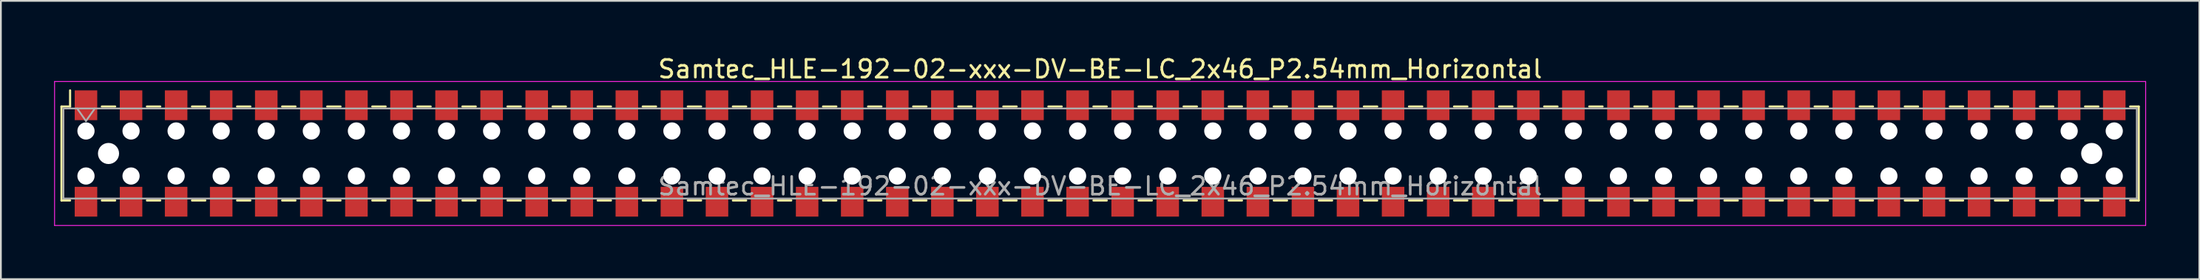
<source format=kicad_pcb>
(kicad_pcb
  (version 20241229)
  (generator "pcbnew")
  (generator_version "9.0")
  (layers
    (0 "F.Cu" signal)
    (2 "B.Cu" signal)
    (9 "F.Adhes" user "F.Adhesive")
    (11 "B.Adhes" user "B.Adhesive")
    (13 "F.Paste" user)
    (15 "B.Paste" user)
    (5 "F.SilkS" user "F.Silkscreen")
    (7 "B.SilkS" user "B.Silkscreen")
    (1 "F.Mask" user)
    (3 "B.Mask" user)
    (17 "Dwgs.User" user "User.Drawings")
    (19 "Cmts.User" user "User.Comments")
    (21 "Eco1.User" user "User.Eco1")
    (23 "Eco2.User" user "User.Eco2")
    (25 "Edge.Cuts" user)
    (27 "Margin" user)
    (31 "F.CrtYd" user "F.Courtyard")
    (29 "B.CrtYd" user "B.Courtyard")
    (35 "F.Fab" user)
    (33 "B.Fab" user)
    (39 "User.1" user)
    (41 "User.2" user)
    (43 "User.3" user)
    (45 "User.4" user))
  (footprint "Samtec_HLE-192-02-xxx-DV-BE-LC_2x46_P2.54mm_Horizontal"
    (layer "F.Cu")
    (at 58.945 5.608)
    (property "Reference" "Samtec_HLE-192-02-xxx-DV-BE-LC_2x46_P2.54mm_Horizontal" (at 0 -4.76 0) (layer "F.SilkS") (effects (font (size 1 1) (thickness 0.15))))
    (attr smd)
    (fp_line (start -58.53 -2.65) (end -58.53 2.65) (stroke (width 0.12) (type solid)) (layer "F.SilkS"))
    (fp_line (start -58.53 2.65) (end -58.045 2.65) (stroke (width 0.12) (type solid)) (layer "F.SilkS"))
    (fp_line (start -58.045 -3.56) (end -58.045 -2.65) (stroke (width 0.12) (type solid)) (layer "F.SilkS"))
    (fp_line (start -58.045 -2.65) (end -58.53 -2.65) (stroke (width 0.12) (type solid)) (layer "F.SilkS"))
    (fp_line (start -56.255 -2.65) (end -55.505 -2.65) (stroke (width 0.12) (type solid)) (layer "F.SilkS"))
    (fp_line (start -56.255 2.65) (end -55.505 2.65) (stroke (width 0.12) (type solid)) (layer "F.SilkS"))
    (fp_line (start -53.715 -2.65) (end -52.965 -2.65) (stroke (width 0.12) (type solid)) (layer "F.SilkS"))
    (fp_line (start -53.715 2.65) (end -52.965 2.65) (stroke (width 0.12) (type solid)) (layer "F.SilkS"))
    (fp_line (start -51.175 -2.65) (end -50.425 -2.65) (stroke (width 0.12) (type solid)) (layer "F.SilkS"))
    (fp_line (start -51.175 2.65) (end -50.425 2.65) (stroke (width 0.12) (type solid)) (layer "F.SilkS"))
    (fp_line (start -48.635 -2.65) (end -47.885 -2.65) (stroke (width 0.12) (type solid)) (layer "F.SilkS"))
    (fp_line (start -48.635 2.65) (end -47.885 2.65) (stroke (width 0.12) (type solid)) (layer "F.SilkS"))
    (fp_line (start -46.095 -2.65) (end -45.345 -2.65) (stroke (width 0.12) (type solid)) (layer "F.SilkS"))
    (fp_line (start -46.095 2.65) (end -45.345 2.65) (stroke (width 0.12) (type solid)) (layer "F.SilkS"))
    (fp_line (start -43.555 -2.65) (end -42.805 -2.65) (stroke (width 0.12) (type solid)) (layer "F.SilkS"))
    (fp_line (start -43.555 2.65) (end -42.805 2.65) (stroke (width 0.12) (type solid)) (layer "F.SilkS"))
    (fp_line (start -41.015 -2.65) (end -40.265 -2.65) (stroke (width 0.12) (type solid)) (layer "F.SilkS"))
    (fp_line (start -41.015 2.65) (end -40.265 2.65) (stroke (width 0.12) (type solid)) (layer "F.SilkS"))
    (fp_line (start -38.475 -2.65) (end -37.725 -2.65) (stroke (width 0.12) (type solid)) (layer "F.SilkS"))
    (fp_line (start -38.475 2.65) (end -37.725 2.65) (stroke (width 0.12) (type solid)) (layer "F.SilkS"))
    (fp_line (start -35.935 -2.65) (end -35.185 -2.65) (stroke (width 0.12) (type solid)) (layer "F.SilkS"))
    (fp_line (start -35.935 2.65) (end -35.185 2.65) (stroke (width 0.12) (type solid)) (layer "F.SilkS"))
    (fp_line (start -33.395 -2.65) (end -32.645 -2.65) (stroke (width 0.12) (type solid)) (layer "F.SilkS"))
    (fp_line (start -33.395 2.65) (end -32.645 2.65) (stroke (width 0.12) (type solid)) (layer "F.SilkS"))
    (fp_line (start -30.855 -2.65) (end -30.105 -2.65) (stroke (width 0.12) (type solid)) (layer "F.SilkS"))
    (fp_line (start -30.855 2.65) (end -30.105 2.65) (stroke (width 0.12) (type solid)) (layer "F.SilkS"))
    (fp_line (start -28.315 -2.65) (end -27.565 -2.65) (stroke (width 0.12) (type solid)) (layer "F.SilkS"))
    (fp_line (start -28.315 2.65) (end -27.565 2.65) (stroke (width 0.12) (type solid)) (layer "F.SilkS"))
    (fp_line (start -25.775 -2.65) (end -25.025 -2.65) (stroke (width 0.12) (type solid)) (layer "F.SilkS"))
    (fp_line (start -25.775 2.65) (end -25.025 2.65) (stroke (width 0.12) (type solid)) (layer "F.SilkS"))
    (fp_line (start -23.235 -2.65) (end -22.485 -2.65) (stroke (width 0.12) (type solid)) (layer "F.SilkS"))
    (fp_line (start -23.235 2.65) (end -22.485 2.65) (stroke (width 0.12) (type solid)) (layer "F.SilkS"))
    (fp_line (start -20.695 -2.65) (end -19.945 -2.65) (stroke (width 0.12) (type solid)) (layer "F.SilkS"))
    (fp_line (start -20.695 2.65) (end -19.945 2.65) (stroke (width 0.12) (type solid)) (layer "F.SilkS"))
    (fp_line (start -18.155 -2.65) (end -17.405 -2.65) (stroke (width 0.12) (type solid)) (layer "F.SilkS"))
    (fp_line (start -18.155 2.65) (end -17.405 2.65) (stroke (width 0.12) (type solid)) (layer "F.SilkS"))
    (fp_line (start -15.615 -2.65) (end -14.865 -2.65) (stroke (width 0.12) (type solid)) (layer "F.SilkS"))
    (fp_line (start -15.615 2.65) (end -14.865 2.65) (stroke (width 0.12) (type solid)) (layer "F.SilkS"))
    (fp_line (start -13.075 -2.65) (end -12.325 -2.65) (stroke (width 0.12) (type solid)) (layer "F.SilkS"))
    (fp_line (start -13.075 2.65) (end -12.325 2.65) (stroke (width 0.12) (type solid)) (layer "F.SilkS"))
    (fp_line (start -10.535 -2.65) (end -9.785 -2.65) (stroke (width 0.12) (type solid)) (layer "F.SilkS"))
    (fp_line (start -10.535 2.65) (end -9.785 2.65) (stroke (width 0.12) (type solid)) (layer "F.SilkS"))
    (fp_line (start -7.995 -2.65) (end -7.245 -2.65) (stroke (width 0.12) (type solid)) (layer "F.SilkS"))
    (fp_line (start -7.995 2.65) (end -7.245 2.65) (stroke (width 0.12) (type solid)) (layer "F.SilkS"))
    (fp_line (start -5.455 -2.65) (end -4.705 -2.65) (stroke (width 0.12) (type solid)) (layer "F.SilkS"))
    (fp_line (start -5.455 2.65) (end -4.705 2.65) (stroke (width 0.12) (type solid)) (layer "F.SilkS"))
    (fp_line (start -2.915 -2.65) (end -2.165 -2.65) (stroke (width 0.12) (type solid)) (layer "F.SilkS"))
    (fp_line (start -2.915 2.65) (end -2.165 2.65) (stroke (width 0.12) (type solid)) (layer "F.SilkS"))
    (fp_line (start -0.375 -2.65) (end 0.375 -2.65) (stroke (width 0.12) (type solid)) (layer "F.SilkS"))
    (fp_line (start -0.375 2.65) (end 0.375 2.65) (stroke (width 0.12) (type solid)) (layer "F.SilkS"))
    (fp_line (start 2.165 -2.65) (end 2.915 -2.65) (stroke (width 0.12) (type solid)) (layer "F.SilkS"))
    (fp_line (start 2.165 2.65) (end 2.915 2.65) (stroke (width 0.12) (type solid)) (layer "F.SilkS"))
    (fp_line (start 4.705 -2.65) (end 5.455 -2.65) (stroke (width 0.12) (type solid)) (layer "F.SilkS"))
    (fp_line (start 4.705 2.65) (end 5.455 2.65) (stroke (width 0.12) (type solid)) (layer "F.SilkS"))
    (fp_line (start 7.245 -2.65) (end 7.995 -2.65) (stroke (width 0.12) (type solid)) (layer "F.SilkS"))
    (fp_line (start 7.245 2.65) (end 7.995 2.65) (stroke (width 0.12) (type solid)) (layer "F.SilkS"))
    (fp_line (start 9.785 -2.65) (end 10.535 -2.65) (stroke (width 0.12) (type solid)) (layer "F.SilkS"))
    (fp_line (start 9.785 2.65) (end 10.535 2.65) (stroke (width 0.12) (type solid)) (layer "F.SilkS"))
    (fp_line (start 12.325 -2.65) (end 13.075 -2.65) (stroke (width 0.12) (type solid)) (layer "F.SilkS"))
    (fp_line (start 12.325 2.65) (end 13.075 2.65) (stroke (width 0.12) (type solid)) (layer "F.SilkS"))
    (fp_line (start 14.865 -2.65) (end 15.615 -2.65) (stroke (width 0.12) (type solid)) (layer "F.SilkS"))
    (fp_line (start 14.865 2.65) (end 15.615 2.65) (stroke (width 0.12) (type solid)) (layer "F.SilkS"))
    (fp_line (start 17.405 -2.65) (end 18.155 -2.65) (stroke (width 0.12) (type solid)) (layer "F.SilkS"))
    (fp_line (start 17.405 2.65) (end 18.155 2.65) (stroke (width 0.12) (type solid)) (layer "F.SilkS"))
    (fp_line (start 19.945 -2.65) (end 20.695 -2.65) (stroke (width 0.12) (type solid)) (layer "F.SilkS"))
    (fp_line (start 19.945 2.65) (end 20.695 2.65) (stroke (width 0.12) (type solid)) (layer "F.SilkS"))
    (fp_line (start 22.485 -2.65) (end 23.235 -2.65) (stroke (width 0.12) (type solid)) (layer "F.SilkS"))
    (fp_line (start 22.485 2.65) (end 23.235 2.65) (stroke (width 0.12) (type solid)) (layer "F.SilkS"))
    (fp_line (start 25.025 -2.65) (end 25.775 -2.65) (stroke (width 0.12) (type solid)) (layer "F.SilkS"))
    (fp_line (start 25.025 2.65) (end 25.775 2.65) (stroke (width 0.12) (type solid)) (layer "F.SilkS"))
    (fp_line (start 27.565 -2.65) (end 28.315 -2.65) (stroke (width 0.12) (type solid)) (layer "F.SilkS"))
    (fp_line (start 27.565 2.65) (end 28.315 2.65) (stroke (width 0.12) (type solid)) (layer "F.SilkS"))
    (fp_line (start 30.105 -2.65) (end 30.855 -2.65) (stroke (width 0.12) (type solid)) (layer "F.SilkS"))
    (fp_line (start 30.105 2.65) (end 30.855 2.65) (stroke (width 0.12) (type solid)) (layer "F.SilkS"))
    (fp_line (start 32.645 -2.65) (end 33.395 -2.65) (stroke (width 0.12) (type solid)) (layer "F.SilkS"))
    (fp_line (start 32.645 2.65) (end 33.395 2.65) (stroke (width 0.12) (type solid)) (layer "F.SilkS"))
    (fp_line (start 35.185 -2.65) (end 35.935 -2.65) (stroke (width 0.12) (type solid)) (layer "F.SilkS"))
    (fp_line (start 35.185 2.65) (end 35.935 2.65) (stroke (width 0.12) (type solid)) (layer "F.SilkS"))
    (fp_line (start 37.725 -2.65) (end 38.475 -2.65) (stroke (width 0.12) (type solid)) (layer "F.SilkS"))
    (fp_line (start 37.725 2.65) (end 38.475 2.65) (stroke (width 0.12) (type solid)) (layer "F.SilkS"))
    (fp_line (start 40.265 -2.65) (end 41.015 -2.65) (stroke (width 0.12) (type solid)) (layer "F.SilkS"))
    (fp_line (start 40.265 2.65) (end 41.015 2.65) (stroke (width 0.12) (type solid)) (layer "F.SilkS"))
    (fp_line (start 42.805 -2.65) (end 43.555 -2.65) (stroke (width 0.12) (type solid)) (layer "F.SilkS"))
    (fp_line (start 42.805 2.65) (end 43.555 2.65) (stroke (width 0.12) (type solid)) (layer "F.SilkS"))
    (fp_line (start 45.345 -2.65) (end 46.095 -2.65) (stroke (width 0.12) (type solid)) (layer "F.SilkS"))
    (fp_line (start 45.345 2.65) (end 46.095 2.65) (stroke (width 0.12) (type solid)) (layer "F.SilkS"))
    (fp_line (start 47.885 -2.65) (end 48.635 -2.65) (stroke (width 0.12) (type solid)) (layer "F.SilkS"))
    (fp_line (start 47.885 2.65) (end 48.635 2.65) (stroke (width 0.12) (type solid)) (layer "F.SilkS"))
    (fp_line (start 50.425 -2.65) (end 51.175 -2.65) (stroke (width 0.12) (type solid)) (layer "F.SilkS"))
    (fp_line (start 50.425 2.65) (end 51.175 2.65) (stroke (width 0.12) (type solid)) (layer "F.SilkS"))
    (fp_line (start 52.965 -2.65) (end 53.715 -2.65) (stroke (width 0.12) (type solid)) (layer "F.SilkS"))
    (fp_line (start 52.965 2.65) (end 53.715 2.65) (stroke (width 0.12) (type solid)) (layer "F.SilkS"))
    (fp_line (start 55.505 -2.65) (end 56.255 -2.65) (stroke (width 0.12) (type solid)) (layer "F.SilkS"))
    (fp_line (start 55.505 2.65) (end 56.255 2.65) (stroke (width 0.12) (type solid)) (layer "F.SilkS"))
    (fp_line (start 58.045 -2.65) (end 58.53 -2.65) (stroke (width 0.12) (type solid)) (layer "F.SilkS"))
    (fp_line (start 58.53 -2.65) (end 58.53 2.65) (stroke (width 0.12) (type solid)) (layer "F.SilkS"))
    (fp_line (start 58.53 2.65) (end 58.045 2.65) (stroke (width 0.12) (type solid)) (layer "F.SilkS"))
    (fp_line (start -58.92 -4.06) (end 58.92 -4.06) (stroke (width 0.05) (type solid)) (layer "F.CrtYd"))
    (fp_line (start -58.92 4.06) (end -58.92 -4.06) (stroke (width 0.05) (type solid)) (layer "F.CrtYd"))
    (fp_line (start 58.92 -4.06) (end 58.92 4.06) (stroke (width 0.05) (type solid)) (layer "F.CrtYd"))
    (fp_line (start 58.92 4.06) (end -58.92 4.06) (stroke (width 0.05) (type solid)) (layer "F.CrtYd"))
    (fp_line (start -58.42 -2.54) (end 58.42 -2.54) (stroke (width 0.1) (type solid)) (layer "F.Fab"))
    (fp_line (start -58.42 2.54) (end -58.42 -2.54) (stroke (width 0.1) (type solid)) (layer "F.Fab"))
    (fp_line (start -57.65 -2.54) (end -57.15 -1.833) (stroke (width 0.1) (type solid)) (layer "F.Fab"))
    (fp_line (start -57.15 -1.833) (end -56.65 -2.54) (stroke (width 0.1) (type solid)) (layer "F.Fab"))
    (fp_line (start 58.42 -2.54) (end 58.42 2.54) (stroke (width 0.1) (type solid)) (layer "F.Fab"))
    (fp_line (start 58.42 2.54) (end -58.42 2.54) (stroke (width 0.1) (type solid)) (layer "F.Fab"))
    (fp_text user "${REFERENCE}" (at 0 1.84 0) (layer "F.Fab") (effects (font (size 1 1) (thickness 0.15))))
    (pad "" np_thru_hole circle (at -57.15 -1.27) (size 0.97 0.97) (drill 0.97) (layers "*.Cu" "*.Mask"))
    (pad "" np_thru_hole circle (at -57.15 1.27) (size 0.97 0.97) (drill 0.97) (layers "*.Cu" "*.Mask"))
    (pad "" np_thru_hole circle (at -55.88 0) (size 1.19 1.19) (drill 1.19) (layers "*.Cu" "*.Mask"))
    (pad "" np_thru_hole circle (at -54.61 -1.27) (size 0.97 0.97) (drill 0.97) (layers "*.Cu" "*.Mask"))
    (pad "" np_thru_hole circle (at -54.61 1.27) (size 0.97 0.97) (drill 0.97) (layers "*.Cu" "*.Mask"))
    (pad "" np_thru_hole circle (at -52.07 -1.27) (size 0.97 0.97) (drill 0.97) (layers "*.Cu" "*.Mask"))
    (pad "" np_thru_hole circle (at -52.07 1.27) (size 0.97 0.97) (drill 0.97) (layers "*.Cu" "*.Mask"))
    (pad "" np_thru_hole circle (at -49.53 -1.27) (size 0.97 0.97) (drill 0.97) (layers "*.Cu" "*.Mask"))
    (pad "" np_thru_hole circle (at -49.53 1.27) (size 0.97 0.97) (drill 0.97) (layers "*.Cu" "*.Mask"))
    (pad "" np_thru_hole circle (at -46.99 -1.27) (size 0.97 0.97) (drill 0.97) (layers "*.Cu" "*.Mask"))
    (pad "" np_thru_hole circle (at -46.99 1.27) (size 0.97 0.97) (drill 0.97) (layers "*.Cu" "*.Mask"))
    (pad "" np_thru_hole circle (at -44.45 -1.27) (size 0.97 0.97) (drill 0.97) (layers "*.Cu" "*.Mask"))
    (pad "" np_thru_hole circle (at -44.45 1.27) (size 0.97 0.97) (drill 0.97) (layers "*.Cu" "*.Mask"))
    (pad "" np_thru_hole circle (at -41.91 -1.27) (size 0.97 0.97) (drill 0.97) (layers "*.Cu" "*.Mask"))
    (pad "" np_thru_hole circle (at -41.91 1.27) (size 0.97 0.97) (drill 0.97) (layers "*.Cu" "*.Mask"))
    (pad "" np_thru_hole circle (at -39.37 -1.27) (size 0.97 0.97) (drill 0.97) (layers "*.Cu" "*.Mask"))
    (pad "" np_thru_hole circle (at -39.37 1.27) (size 0.97 0.97) (drill 0.97) (layers "*.Cu" "*.Mask"))
    (pad "" np_thru_hole circle (at -36.83 -1.27) (size 0.97 0.97) (drill 0.97) (layers "*.Cu" "*.Mask"))
    (pad "" np_thru_hole circle (at -36.83 1.27) (size 0.97 0.97) (drill 0.97) (layers "*.Cu" "*.Mask"))
    (pad "" np_thru_hole circle (at -34.29 -1.27) (size 0.97 0.97) (drill 0.97) (layers "*.Cu" "*.Mask"))
    (pad "" np_thru_hole circle (at -34.29 1.27) (size 0.97 0.97) (drill 0.97) (layers "*.Cu" "*.Mask"))
    (pad "" np_thru_hole circle (at -31.75 -1.27) (size 0.97 0.97) (drill 0.97) (layers "*.Cu" "*.Mask"))
    (pad "" np_thru_hole circle (at -31.75 1.27) (size 0.97 0.97) (drill 0.97) (layers "*.Cu" "*.Mask"))
    (pad "" np_thru_hole circle (at -29.21 -1.27) (size 0.97 0.97) (drill 0.97) (layers "*.Cu" "*.Mask"))
    (pad "" np_thru_hole circle (at -29.21 1.27) (size 0.97 0.97) (drill 0.97) (layers "*.Cu" "*.Mask"))
    (pad "" np_thru_hole circle (at -26.67 -1.27) (size 0.97 0.97) (drill 0.97) (layers "*.Cu" "*.Mask"))
    (pad "" np_thru_hole circle (at -26.67 1.27) (size 0.97 0.97) (drill 0.97) (layers "*.Cu" "*.Mask"))
    (pad "" np_thru_hole circle (at -24.13 -1.27) (size 0.97 0.97) (drill 0.97) (layers "*.Cu" "*.Mask"))
    (pad "" np_thru_hole circle (at -24.13 1.27) (size 0.97 0.97) (drill 0.97) (layers "*.Cu" "*.Mask"))
    (pad "" np_thru_hole circle (at -21.59 -1.27) (size 0.97 0.97) (drill 0.97) (layers "*.Cu" "*.Mask"))
    (pad "" np_thru_hole circle (at -21.59 1.27) (size 0.97 0.97) (drill 0.97) (layers "*.Cu" "*.Mask"))
    (pad "" np_thru_hole circle (at -19.05 -1.27) (size 0.97 0.97) (drill 0.97) (layers "*.Cu" "*.Mask"))
    (pad "" np_thru_hole circle (at -19.05 1.27) (size 0.97 0.97) (drill 0.97) (layers "*.Cu" "*.Mask"))
    (pad "" np_thru_hole circle (at -16.51 -1.27) (size 0.97 0.97) (drill 0.97) (layers "*.Cu" "*.Mask"))
    (pad "" np_thru_hole circle (at -16.51 1.27) (size 0.97 0.97) (drill 0.97) (layers "*.Cu" "*.Mask"))
    (pad "" np_thru_hole circle (at -13.97 -1.27) (size 0.97 0.97) (drill 0.97) (layers "*.Cu" "*.Mask"))
    (pad "" np_thru_hole circle (at -13.97 1.27) (size 0.97 0.97) (drill 0.97) (layers "*.Cu" "*.Mask"))
    (pad "" np_thru_hole circle (at -11.43 -1.27) (size 0.97 0.97) (drill 0.97) (layers "*.Cu" "*.Mask"))
    (pad "" np_thru_hole circle (at -11.43 1.27) (size 0.97 0.97) (drill 0.97) (layers "*.Cu" "*.Mask"))
    (pad "" np_thru_hole circle (at -8.89 -1.27) (size 0.97 0.97) (drill 0.97) (layers "*.Cu" "*.Mask"))
    (pad "" np_thru_hole circle (at -8.89 1.27) (size 0.97 0.97) (drill 0.97) (layers "*.Cu" "*.Mask"))
    (pad "" np_thru_hole circle (at -6.35 -1.27) (size 0.97 0.97) (drill 0.97) (layers "*.Cu" "*.Mask"))
    (pad "" np_thru_hole circle (at -6.35 1.27) (size 0.97 0.97) (drill 0.97) (layers "*.Cu" "*.Mask"))
    (pad "" np_thru_hole circle (at -3.81 -1.27) (size 0.97 0.97) (drill 0.97) (layers "*.Cu" "*.Mask"))
    (pad "" np_thru_hole circle (at -3.81 1.27) (size 0.97 0.97) (drill 0.97) (layers "*.Cu" "*.Mask"))
    (pad "" np_thru_hole circle (at -1.27 -1.27) (size 0.97 0.97) (drill 0.97) (layers "*.Cu" "*.Mask"))
    (pad "" np_thru_hole circle (at -1.27 1.27) (size 0.97 0.97) (drill 0.97) (layers "*.Cu" "*.Mask"))
    (pad "" np_thru_hole circle (at 1.27 -1.27) (size 0.97 0.97) (drill 0.97) (layers "*.Cu" "*.Mask"))
    (pad "" np_thru_hole circle (at 1.27 1.27) (size 0.97 0.97) (drill 0.97) (layers "*.Cu" "*.Mask"))
    (pad "" np_thru_hole circle (at 3.81 -1.27) (size 0.97 0.97) (drill 0.97) (layers "*.Cu" "*.Mask"))
    (pad "" np_thru_hole circle (at 3.81 1.27) (size 0.97 0.97) (drill 0.97) (layers "*.Cu" "*.Mask"))
    (pad "" np_thru_hole circle (at 6.35 -1.27) (size 0.97 0.97) (drill 0.97) (layers "*.Cu" "*.Mask"))
    (pad "" np_thru_hole circle (at 6.35 1.27) (size 0.97 0.97) (drill 0.97) (layers "*.Cu" "*.Mask"))
    (pad "" np_thru_hole circle (at 8.89 -1.27) (size 0.97 0.97) (drill 0.97) (layers "*.Cu" "*.Mask"))
    (pad "" np_thru_hole circle (at 8.89 1.27) (size 0.97 0.97) (drill 0.97) (layers "*.Cu" "*.Mask"))
    (pad "" np_thru_hole circle (at 11.43 -1.27) (size 0.97 0.97) (drill 0.97) (layers "*.Cu" "*.Mask"))
    (pad "" np_thru_hole circle (at 11.43 1.27) (size 0.97 0.97) (drill 0.97) (layers "*.Cu" "*.Mask"))
    (pad "" np_thru_hole circle (at 13.97 -1.27) (size 0.97 0.97) (drill 0.97) (layers "*.Cu" "*.Mask"))
    (pad "" np_thru_hole circle (at 13.97 1.27) (size 0.97 0.97) (drill 0.97) (layers "*.Cu" "*.Mask"))
    (pad "" np_thru_hole circle (at 16.51 -1.27) (size 0.97 0.97) (drill 0.97) (layers "*.Cu" "*.Mask"))
    (pad "" np_thru_hole circle (at 16.51 1.27) (size 0.97 0.97) (drill 0.97) (layers "*.Cu" "*.Mask"))
    (pad "" np_thru_hole circle (at 19.05 -1.27) (size 0.97 0.97) (drill 0.97) (layers "*.Cu" "*.Mask"))
    (pad "" np_thru_hole circle (at 19.05 1.27) (size 0.97 0.97) (drill 0.97) (layers "*.Cu" "*.Mask"))
    (pad "" np_thru_hole circle (at 21.59 -1.27) (size 0.97 0.97) (drill 0.97) (layers "*.Cu" "*.Mask"))
    (pad "" np_thru_hole circle (at 21.59 1.27) (size 0.97 0.97) (drill 0.97) (layers "*.Cu" "*.Mask"))
    (pad "" np_thru_hole circle (at 24.13 -1.27) (size 0.97 0.97) (drill 0.97) (layers "*.Cu" "*.Mask"))
    (pad "" np_thru_hole circle (at 24.13 1.27) (size 0.97 0.97) (drill 0.97) (layers "*.Cu" "*.Mask"))
    (pad "" np_thru_hole circle (at 26.67 -1.27) (size 0.97 0.97) (drill 0.97) (layers "*.Cu" "*.Mask"))
    (pad "" np_thru_hole circle (at 26.67 1.27) (size 0.97 0.97) (drill 0.97) (layers "*.Cu" "*.Mask"))
    (pad "" np_thru_hole circle (at 29.21 -1.27) (size 0.97 0.97) (drill 0.97) (layers "*.Cu" "*.Mask"))
    (pad "" np_thru_hole circle (at 29.21 1.27) (size 0.97 0.97) (drill 0.97) (layers "*.Cu" "*.Mask"))
    (pad "" np_thru_hole circle (at 31.75 -1.27) (size 0.97 0.97) (drill 0.97) (layers "*.Cu" "*.Mask"))
    (pad "" np_thru_hole circle (at 31.75 1.27) (size 0.97 0.97) (drill 0.97) (layers "*.Cu" "*.Mask"))
    (pad "" np_thru_hole circle (at 34.29 -1.27) (size 0.97 0.97) (drill 0.97) (layers "*.Cu" "*.Mask"))
    (pad "" np_thru_hole circle (at 34.29 1.27) (size 0.97 0.97) (drill 0.97) (layers "*.Cu" "*.Mask"))
    (pad "" np_thru_hole circle (at 36.83 -1.27) (size 0.97 0.97) (drill 0.97) (layers "*.Cu" "*.Mask"))
    (pad "" np_thru_hole circle (at 36.83 1.27) (size 0.97 0.97) (drill 0.97) (layers "*.Cu" "*.Mask"))
    (pad "" np_thru_hole circle (at 39.37 -1.27) (size 0.97 0.97) (drill 0.97) (layers "*.Cu" "*.Mask"))
    (pad "" np_thru_hole circle (at 39.37 1.27) (size 0.97 0.97) (drill 0.97) (layers "*.Cu" "*.Mask"))
    (pad "" np_thru_hole circle (at 41.91 -1.27) (size 0.97 0.97) (drill 0.97) (layers "*.Cu" "*.Mask"))
    (pad "" np_thru_hole circle (at 41.91 1.27) (size 0.97 0.97) (drill 0.97) (layers "*.Cu" "*.Mask"))
    (pad "" np_thru_hole circle (at 44.45 -1.27) (size 0.97 0.97) (drill 0.97) (layers "*.Cu" "*.Mask"))
    (pad "" np_thru_hole circle (at 44.45 1.27) (size 0.97 0.97) (drill 0.97) (layers "*.Cu" "*.Mask"))
    (pad "" np_thru_hole circle (at 46.99 -1.27) (size 0.97 0.97) (drill 0.97) (layers "*.Cu" "*.Mask"))
    (pad "" np_thru_hole circle (at 46.99 1.27) (size 0.97 0.97) (drill 0.97) (layers "*.Cu" "*.Mask"))
    (pad "" np_thru_hole circle (at 49.53 -1.27) (size 0.97 0.97) (drill 0.97) (layers "*.Cu" "*.Mask"))
    (pad "" np_thru_hole circle (at 49.53 1.27) (size 0.97 0.97) (drill 0.97) (layers "*.Cu" "*.Mask"))
    (pad "" np_thru_hole circle (at 52.07 -1.27) (size 0.97 0.97) (drill 0.97) (layers "*.Cu" "*.Mask"))
    (pad "" np_thru_hole circle (at 52.07 1.27) (size 0.97 0.97) (drill 0.97) (layers "*.Cu" "*.Mask"))
    (pad "" np_thru_hole circle (at 54.61 -1.27) (size 0.97 0.97) (drill 0.97) (layers "*.Cu" "*.Mask"))
    (pad "" np_thru_hole circle (at 54.61 1.27) (size 0.97 0.97) (drill 0.97) (layers "*.Cu" "*.Mask"))
    (pad "" np_thru_hole circle (at 55.88 0) (size 1.19 1.19) (drill 1.19) (layers "*.Cu" "*.Mask"))
    (pad "" np_thru_hole circle (at 57.15 -1.27) (size 0.97 0.97) (drill 0.97) (layers "*.Cu" "*.Mask"))
    (pad "" np_thru_hole circle (at 57.15 1.27) (size 0.97 0.97) (drill 0.97) (layers "*.Cu" "*.Mask"))
    (pad "1" smd rect (at -57.15 -2.72) (size 1.27 1.68) (layers "F.Cu" "F.Mask" "F.Paste"))
    (pad "2" smd rect (at -57.15 2.72) (size 1.27 1.68) (layers "F.Cu" "F.Mask" "F.Paste"))
    (pad "3" smd rect (at -54.61 -2.72) (size 1.27 1.68) (layers "F.Cu" "F.Mask" "F.Paste"))
    (pad "4" smd rect (at -54.61 2.72) (size 1.27 1.68) (layers "F.Cu" "F.Mask" "F.Paste"))
    (pad "5" smd rect (at -52.07 -2.72) (size 1.27 1.68) (layers "F.Cu" "F.Mask" "F.Paste"))
    (pad "6" smd rect (at -52.07 2.72) (size 1.27 1.68) (layers "F.Cu" "F.Mask" "F.Paste"))
    (pad "7" smd rect (at -49.53 -2.72) (size 1.27 1.68) (layers "F.Cu" "F.Mask" "F.Paste"))
    (pad "8" smd rect (at -49.53 2.72) (size 1.27 1.68) (layers "F.Cu" "F.Mask" "F.Paste"))
    (pad "9" smd rect (at -46.99 -2.72) (size 1.27 1.68) (layers "F.Cu" "F.Mask" "F.Paste"))
    (pad "10" smd rect (at -46.99 2.72) (size 1.27 1.68) (layers "F.Cu" "F.Mask" "F.Paste"))
    (pad "11" smd rect (at -44.45 -2.72) (size 1.27 1.68) (layers "F.Cu" "F.Mask" "F.Paste"))
    (pad "12" smd rect (at -44.45 2.72) (size 1.27 1.68) (layers "F.Cu" "F.Mask" "F.Paste"))
    (pad "13" smd rect (at -41.91 -2.72) (size 1.27 1.68) (layers "F.Cu" "F.Mask" "F.Paste"))
    (pad "14" smd rect (at -41.91 2.72) (size 1.27 1.68) (layers "F.Cu" "F.Mask" "F.Paste"))
    (pad "15" smd rect (at -39.37 -2.72) (size 1.27 1.68) (layers "F.Cu" "F.Mask" "F.Paste"))
    (pad "16" smd rect (at -39.37 2.72) (size 1.27 1.68) (layers "F.Cu" "F.Mask" "F.Paste"))
    (pad "17" smd rect (at -36.83 -2.72) (size 1.27 1.68) (layers "F.Cu" "F.Mask" "F.Paste"))
    (pad "18" smd rect (at -36.83 2.72) (size 1.27 1.68) (layers "F.Cu" "F.Mask" "F.Paste"))
    (pad "19" smd rect (at -34.29 -2.72) (size 1.27 1.68) (layers "F.Cu" "F.Mask" "F.Paste"))
    (pad "20" smd rect (at -34.29 2.72) (size 1.27 1.68) (layers "F.Cu" "F.Mask" "F.Paste"))
    (pad "21" smd rect (at -31.75 -2.72) (size 1.27 1.68) (layers "F.Cu" "F.Mask" "F.Paste"))
    (pad "22" smd rect (at -31.75 2.72) (size 1.27 1.68) (layers "F.Cu" "F.Mask" "F.Paste"))
    (pad "23" smd rect (at -29.21 -2.72) (size 1.27 1.68) (layers "F.Cu" "F.Mask" "F.Paste"))
    (pad "24" smd rect (at -29.21 2.72) (size 1.27 1.68) (layers "F.Cu" "F.Mask" "F.Paste"))
    (pad "25" smd rect (at -26.67 -2.72) (size 1.27 1.68) (layers "F.Cu" "F.Mask" "F.Paste"))
    (pad "26" smd rect (at -26.67 2.72) (size 1.27 1.68) (layers "F.Cu" "F.Mask" "F.Paste"))
    (pad "27" smd rect (at -24.13 -2.72) (size 1.27 1.68) (layers "F.Cu" "F.Mask" "F.Paste"))
    (pad "28" smd rect (at -24.13 2.72) (size 1.27 1.68) (layers "F.Cu" "F.Mask" "F.Paste"))
    (pad "29" smd rect (at -21.59 -2.72) (size 1.27 1.68) (layers "F.Cu" "F.Mask" "F.Paste"))
    (pad "30" smd rect (at -21.59 2.72) (size 1.27 1.68) (layers "F.Cu" "F.Mask" "F.Paste"))
    (pad "31" smd rect (at -19.05 -2.72) (size 1.27 1.68) (layers "F.Cu" "F.Mask" "F.Paste"))
    (pad "32" smd rect (at -19.05 2.72) (size 1.27 1.68) (layers "F.Cu" "F.Mask" "F.Paste"))
    (pad "33" smd rect (at -16.51 -2.72) (size 1.27 1.68) (layers "F.Cu" "F.Mask" "F.Paste"))
    (pad "34" smd rect (at -16.51 2.72) (size 1.27 1.68) (layers "F.Cu" "F.Mask" "F.Paste"))
    (pad "35" smd rect (at -13.97 -2.72) (size 1.27 1.68) (layers "F.Cu" "F.Mask" "F.Paste"))
    (pad "36" smd rect (at -13.97 2.72) (size 1.27 1.68) (layers "F.Cu" "F.Mask" "F.Paste"))
    (pad "37" smd rect (at -11.43 -2.72) (size 1.27 1.68) (layers "F.Cu" "F.Mask" "F.Paste"))
    (pad "38" smd rect (at -11.43 2.72) (size 1.27 1.68) (layers "F.Cu" "F.Mask" "F.Paste"))
    (pad "39" smd rect (at -8.89 -2.72) (size 1.27 1.68) (layers "F.Cu" "F.Mask" "F.Paste"))
    (pad "40" smd rect (at -8.89 2.72) (size 1.27 1.68) (layers "F.Cu" "F.Mask" "F.Paste"))
    (pad "41" smd rect (at -6.35 -2.72) (size 1.27 1.68) (layers "F.Cu" "F.Mask" "F.Paste"))
    (pad "42" smd rect (at -6.35 2.72) (size 1.27 1.68) (layers "F.Cu" "F.Mask" "F.Paste"))
    (pad "43" smd rect (at -3.81 -2.72) (size 1.27 1.68) (layers "F.Cu" "F.Mask" "F.Paste"))
    (pad "44" smd rect (at -3.81 2.72) (size 1.27 1.68) (layers "F.Cu" "F.Mask" "F.Paste"))
    (pad "45" smd rect (at -1.27 -2.72) (size 1.27 1.68) (layers "F.Cu" "F.Mask" "F.Paste"))
    (pad "46" smd rect (at -1.27 2.72) (size 1.27 1.68) (layers "F.Cu" "F.Mask" "F.Paste"))
    (pad "47" smd rect (at 1.27 -2.72) (size 1.27 1.68) (layers "F.Cu" "F.Mask" "F.Paste"))
    (pad "48" smd rect (at 1.27 2.72) (size 1.27 1.68) (layers "F.Cu" "F.Mask" "F.Paste"))
    (pad "49" smd rect (at 3.81 -2.72) (size 1.27 1.68) (layers "F.Cu" "F.Mask" "F.Paste"))
    (pad "50" smd rect (at 3.81 2.72) (size 1.27 1.68) (layers "F.Cu" "F.Mask" "F.Paste"))
    (pad "51" smd rect (at 6.35 -2.72) (size 1.27 1.68) (layers "F.Cu" "F.Mask" "F.Paste"))
    (pad "52" smd rect (at 6.35 2.72) (size 1.27 1.68) (layers "F.Cu" "F.Mask" "F.Paste"))
    (pad "53" smd rect (at 8.89 -2.72) (size 1.27 1.68) (layers "F.Cu" "F.Mask" "F.Paste"))
    (pad "54" smd rect (at 8.89 2.72) (size 1.27 1.68) (layers "F.Cu" "F.Mask" "F.Paste"))
    (pad "55" smd rect (at 11.43 -2.72) (size 1.27 1.68) (layers "F.Cu" "F.Mask" "F.Paste"))
    (pad "56" smd rect (at 11.43 2.72) (size 1.27 1.68) (layers "F.Cu" "F.Mask" "F.Paste"))
    (pad "57" smd rect (at 13.97 -2.72) (size 1.27 1.68) (layers "F.Cu" "F.Mask" "F.Paste"))
    (pad "58" smd rect (at 13.97 2.72) (size 1.27 1.68) (layers "F.Cu" "F.Mask" "F.Paste"))
    (pad "59" smd rect (at 16.51 -2.72) (size 1.27 1.68) (layers "F.Cu" "F.Mask" "F.Paste"))
    (pad "60" smd rect (at 16.51 2.72) (size 1.27 1.68) (layers "F.Cu" "F.Mask" "F.Paste"))
    (pad "61" smd rect (at 19.05 -2.72) (size 1.27 1.68) (layers "F.Cu" "F.Mask" "F.Paste"))
    (pad "62" smd rect (at 19.05 2.72) (size 1.27 1.68) (layers "F.Cu" "F.Mask" "F.Paste"))
    (pad "63" smd rect (at 21.59 -2.72) (size 1.27 1.68) (layers "F.Cu" "F.Mask" "F.Paste"))
    (pad "64" smd rect (at 21.59 2.72) (size 1.27 1.68) (layers "F.Cu" "F.Mask" "F.Paste"))
    (pad "65" smd rect (at 24.13 -2.72) (size 1.27 1.68) (layers "F.Cu" "F.Mask" "F.Paste"))
    (pad "66" smd rect (at 24.13 2.72) (size 1.27 1.68) (layers "F.Cu" "F.Mask" "F.Paste"))
    (pad "67" smd rect (at 26.67 -2.72) (size 1.27 1.68) (layers "F.Cu" "F.Mask" "F.Paste"))
    (pad "68" smd rect (at 26.67 2.72) (size 1.27 1.68) (layers "F.Cu" "F.Mask" "F.Paste"))
    (pad "69" smd rect (at 29.21 -2.72) (size 1.27 1.68) (layers "F.Cu" "F.Mask" "F.Paste"))
    (pad "70" smd rect (at 29.21 2.72) (size 1.27 1.68) (layers "F.Cu" "F.Mask" "F.Paste"))
    (pad "71" smd rect (at 31.75 -2.72) (size 1.27 1.68) (layers "F.Cu" "F.Mask" "F.Paste"))
    (pad "72" smd rect (at 31.75 2.72) (size 1.27 1.68) (layers "F.Cu" "F.Mask" "F.Paste"))
    (pad "73" smd rect (at 34.29 -2.72) (size 1.27 1.68) (layers "F.Cu" "F.Mask" "F.Paste"))
    (pad "74" smd rect (at 34.29 2.72) (size 1.27 1.68) (layers "F.Cu" "F.Mask" "F.Paste"))
    (pad "75" smd rect (at 36.83 -2.72) (size 1.27 1.68) (layers "F.Cu" "F.Mask" "F.Paste"))
    (pad "76" smd rect (at 36.83 2.72) (size 1.27 1.68) (layers "F.Cu" "F.Mask" "F.Paste"))
    (pad "77" smd rect (at 39.37 -2.72) (size 1.27 1.68) (layers "F.Cu" "F.Mask" "F.Paste"))
    (pad "78" smd rect (at 39.37 2.72) (size 1.27 1.68) (layers "F.Cu" "F.Mask" "F.Paste"))
    (pad "79" smd rect (at 41.91 -2.72) (size 1.27 1.68) (layers "F.Cu" "F.Mask" "F.Paste"))
    (pad "80" smd rect (at 41.91 2.72) (size 1.27 1.68) (layers "F.Cu" "F.Mask" "F.Paste"))
    (pad "81" smd rect (at 44.45 -2.72) (size 1.27 1.68) (layers "F.Cu" "F.Mask" "F.Paste"))
    (pad "82" smd rect (at 44.45 2.72) (size 1.27 1.68) (layers "F.Cu" "F.Mask" "F.Paste"))
    (pad "83" smd rect (at 46.99 -2.72) (size 1.27 1.68) (layers "F.Cu" "F.Mask" "F.Paste"))
    (pad "84" smd rect (at 46.99 2.72) (size 1.27 1.68) (layers "F.Cu" "F.Mask" "F.Paste"))
    (pad "85" smd rect (at 49.53 -2.72) (size 1.27 1.68) (layers "F.Cu" "F.Mask" "F.Paste"))
    (pad "86" smd rect (at 49.53 2.72) (size 1.27 1.68) (layers "F.Cu" "F.Mask" "F.Paste"))
    (pad "87" smd rect (at 52.07 -2.72) (size 1.27 1.68) (layers "F.Cu" "F.Mask" "F.Paste"))
    (pad "88" smd rect (at 52.07 2.72) (size 1.27 1.68) (layers "F.Cu" "F.Mask" "F.Paste"))
    (pad "89" smd rect (at 54.61 -2.72) (size 1.27 1.68) (layers "F.Cu" "F.Mask" "F.Paste"))
    (pad "90" smd rect (at 54.61 2.72) (size 1.27 1.68) (layers "F.Cu" "F.Mask" "F.Paste"))
    (pad "91" smd rect (at 57.15 -2.72) (size 1.27 1.68) (layers "F.Cu" "F.Mask" "F.Paste"))
    (pad "92" smd rect (at 57.15 2.72) (size 1.27 1.68) (layers "F.Cu" "F.Mask" "F.Paste")))
  (gr_rect
    (start -3 -3)
    (end 120.89 12.693)
    (stroke (width 0.1) (type default))
    (fill no)
    (layer "Edge.Cuts")))
</source>
